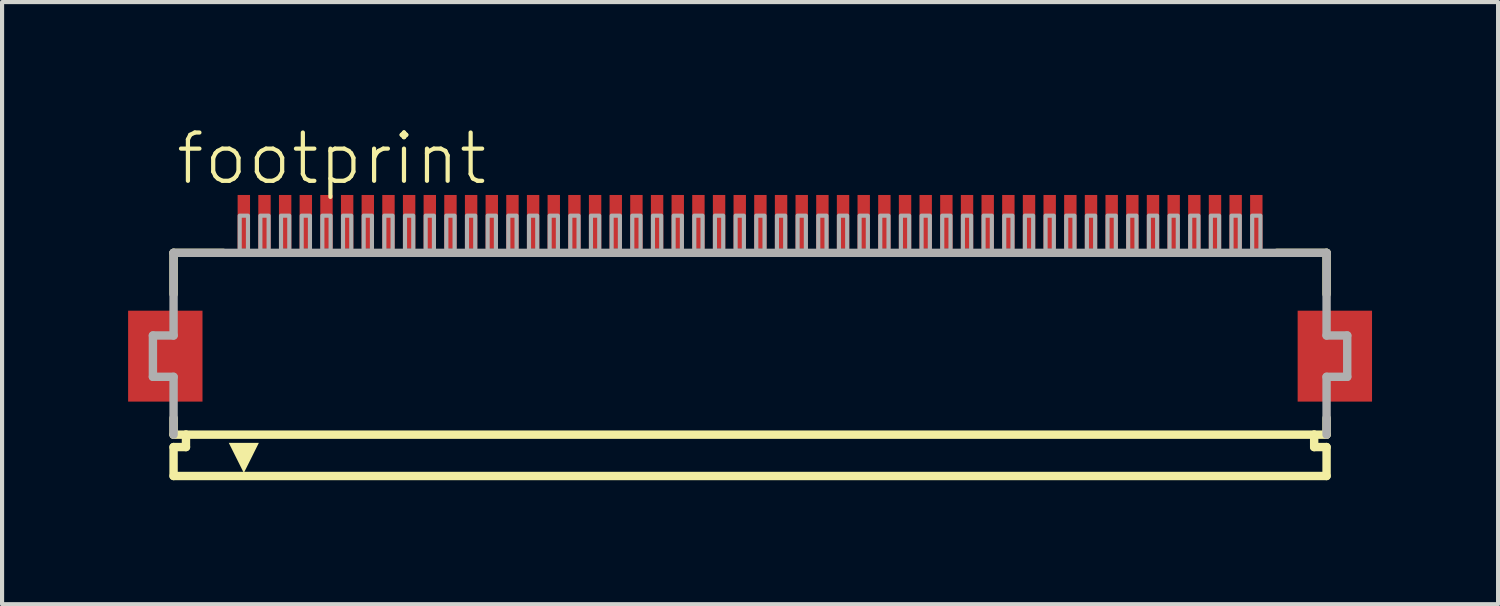
<source format=kicad_pcb>
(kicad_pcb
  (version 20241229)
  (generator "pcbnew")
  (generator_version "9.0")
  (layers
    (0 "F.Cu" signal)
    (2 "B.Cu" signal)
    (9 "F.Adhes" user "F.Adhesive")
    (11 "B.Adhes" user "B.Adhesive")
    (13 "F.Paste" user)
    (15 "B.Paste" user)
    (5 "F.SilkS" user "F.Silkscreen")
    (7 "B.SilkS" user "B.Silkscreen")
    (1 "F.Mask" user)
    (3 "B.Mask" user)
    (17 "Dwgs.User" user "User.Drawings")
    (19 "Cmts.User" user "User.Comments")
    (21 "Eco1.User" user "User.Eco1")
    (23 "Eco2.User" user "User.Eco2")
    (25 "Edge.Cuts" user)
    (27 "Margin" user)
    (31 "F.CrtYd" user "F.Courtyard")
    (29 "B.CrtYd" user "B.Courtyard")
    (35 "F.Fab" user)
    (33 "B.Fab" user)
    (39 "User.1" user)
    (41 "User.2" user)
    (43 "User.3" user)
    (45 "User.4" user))
  (footprint "footprint"
    (layer "F.Cu")
    (at 15.1 5.568)
    (property "Reference" "footprint" (at -13.948 -4.095 0) (layer "F.SilkS") (effects (font (size 1.168 1.168) (thickness 0.102)) (justify left bottom)))
    (fp_poly (pts (xy -13.25 -1.1) (xy -15.05 -1.1) (xy -15.05 1.1) (xy -13.25 1.1)) (stroke (width 0) (type solid)) (fill yes) (layer "F.Cu"))
    (fp_poly (pts (xy 15.05 -1.1) (xy 13.25 -1.1) (xy 13.25 1.1) (xy 15.05 1.1)) (stroke (width 0) (type solid)) (fill yes) (layer "F.Cu"))
    (fp_poly (pts (xy -13.2 -1.175) (xy -15.1 -1.175) (xy -15.1 1.175) (xy -13.2 1.175)) (stroke (width 0) (type solid)) (fill yes) (layer "F.Mask"))
    (fp_poly (pts (xy -12.45 -2.55) (xy -12.05 -2.55) (xy -12.05 -3.95) (xy -12.45 -3.95)) (stroke (width 0) (type solid)) (fill yes) (layer "F.Mask"))
    (fp_poly (pts (xy -11.95 -2.55) (xy -11.55 -2.55) (xy -11.55 -3.95) (xy -11.95 -3.95)) (stroke (width 0) (type solid)) (fill yes) (layer "F.Mask"))
    (fp_poly (pts (xy -11.45 -2.55) (xy -11.05 -2.55) (xy -11.05 -3.95) (xy -11.45 -3.95)) (stroke (width 0) (type solid)) (fill yes) (layer "F.Mask"))
    (fp_poly (pts (xy -10.95 -2.55) (xy -10.55 -2.55) (xy -10.55 -3.95) (xy -10.95 -3.95)) (stroke (width 0) (type solid)) (fill yes) (layer "F.Mask"))
    (fp_poly (pts (xy -10.45 -2.55) (xy -10.05 -2.55) (xy -10.05 -3.95) (xy -10.45 -3.95)) (stroke (width 0) (type solid)) (fill yes) (layer "F.Mask"))
    (fp_poly (pts (xy -9.95 -2.55) (xy -9.55 -2.55) (xy -9.55 -3.95) (xy -9.95 -3.95)) (stroke (width 0) (type solid)) (fill yes) (layer "F.Mask"))
    (fp_poly (pts (xy -9.45 -2.55) (xy -9.05 -2.55) (xy -9.05 -3.95) (xy -9.45 -3.95)) (stroke (width 0) (type solid)) (fill yes) (layer "F.Mask"))
    (fp_poly (pts (xy -8.95 -2.55) (xy -8.55 -2.55) (xy -8.55 -3.95) (xy -8.95 -3.95)) (stroke (width 0) (type solid)) (fill yes) (layer "F.Mask"))
    (fp_poly (pts (xy -8.45 -2.55) (xy -8.05 -2.55) (xy -8.05 -3.95) (xy -8.45 -3.95)) (stroke (width 0) (type solid)) (fill yes) (layer "F.Mask"))
    (fp_poly (pts (xy -7.95 -2.55) (xy -7.55 -2.55) (xy -7.55 -3.95) (xy -7.95 -3.95)) (stroke (width 0) (type solid)) (fill yes) (layer "F.Mask"))
    (fp_poly (pts (xy -7.45 -2.55) (xy -7.05 -2.55) (xy -7.05 -3.95) (xy -7.45 -3.95)) (stroke (width 0) (type solid)) (fill yes) (layer "F.Mask"))
    (fp_poly (pts (xy -6.95 -2.55) (xy -6.55 -2.55) (xy -6.55 -3.95) (xy -6.95 -3.95)) (stroke (width 0) (type solid)) (fill yes) (layer "F.Mask"))
    (fp_poly (pts (xy -6.45 -2.55) (xy -6.05 -2.55) (xy -6.05 -3.95) (xy -6.45 -3.95)) (stroke (width 0) (type solid)) (fill yes) (layer "F.Mask"))
    (fp_poly (pts (xy -5.95 -2.55) (xy -5.55 -2.55) (xy -5.55 -3.95) (xy -5.95 -3.95)) (stroke (width 0) (type solid)) (fill yes) (layer "F.Mask"))
    (fp_poly (pts (xy -5.45 -2.55) (xy -5.05 -2.55) (xy -5.05 -3.95) (xy -5.45 -3.95)) (stroke (width 0) (type solid)) (fill yes) (layer "F.Mask"))
    (fp_poly (pts (xy -4.95 -2.55) (xy -4.55 -2.55) (xy -4.55 -3.95) (xy -4.95 -3.95)) (stroke (width 0) (type solid)) (fill yes) (layer "F.Mask"))
    (fp_poly (pts (xy -4.45 -2.55) (xy -4.05 -2.55) (xy -4.05 -3.95) (xy -4.45 -3.95)) (stroke (width 0) (type solid)) (fill yes) (layer "F.Mask"))
    (fp_poly (pts (xy -3.95 -2.55) (xy -3.55 -2.55) (xy -3.55 -3.95) (xy -3.95 -3.95)) (stroke (width 0) (type solid)) (fill yes) (layer "F.Mask"))
    (fp_poly (pts (xy -3.45 -2.55) (xy -3.05 -2.55) (xy -3.05 -3.95) (xy -3.45 -3.95)) (stroke (width 0) (type solid)) (fill yes) (layer "F.Mask"))
    (fp_poly (pts (xy -2.95 -2.55) (xy -2.55 -2.55) (xy -2.55 -3.95) (xy -2.95 -3.95)) (stroke (width 0) (type solid)) (fill yes) (layer "F.Mask"))
    (fp_poly (pts (xy -2.45 -2.55) (xy -2.05 -2.55) (xy -2.05 -3.95) (xy -2.45 -3.95)) (stroke (width 0) (type solid)) (fill yes) (layer "F.Mask"))
    (fp_poly (pts (xy -1.95 -2.55) (xy -1.55 -2.55) (xy -1.55 -3.95) (xy -1.95 -3.95)) (stroke (width 0) (type solid)) (fill yes) (layer "F.Mask"))
    (fp_poly (pts (xy -1.45 -2.55) (xy -1.05 -2.55) (xy -1.05 -3.95) (xy -1.45 -3.95)) (stroke (width 0) (type solid)) (fill yes) (layer "F.Mask"))
    (fp_poly (pts (xy -0.95 -2.55) (xy -0.55 -2.55) (xy -0.55 -3.95) (xy -0.95 -3.95)) (stroke (width 0) (type solid)) (fill yes) (layer "F.Mask"))
    (fp_poly (pts (xy -0.45 -2.55) (xy -0.05 -2.55) (xy -0.05 -3.95) (xy -0.45 -3.95)) (stroke (width 0) (type solid)) (fill yes) (layer "F.Mask"))
    (fp_poly (pts (xy 0.05 -2.55) (xy 0.45 -2.55) (xy 0.45 -3.95) (xy 0.05 -3.95)) (stroke (width 0) (type solid)) (fill yes) (layer "F.Mask"))
    (fp_poly (pts (xy 0.55 -2.55) (xy 0.95 -2.55) (xy 0.95 -3.95) (xy 0.55 -3.95)) (stroke (width 0) (type solid)) (fill yes) (layer "F.Mask"))
    (fp_poly (pts (xy 1.05 -2.55) (xy 1.45 -2.55) (xy 1.45 -3.95) (xy 1.05 -3.95)) (stroke (width 0) (type solid)) (fill yes) (layer "F.Mask"))
    (fp_poly (pts (xy 1.55 -2.55) (xy 1.95 -2.55) (xy 1.95 -3.95) (xy 1.55 -3.95)) (stroke (width 0) (type solid)) (fill yes) (layer "F.Mask"))
    (fp_poly (pts (xy 2.05 -2.55) (xy 2.45 -2.55) (xy 2.45 -3.95) (xy 2.05 -3.95)) (stroke (width 0) (type solid)) (fill yes) (layer "F.Mask"))
    (fp_poly (pts (xy 2.55 -2.55) (xy 2.95 -2.55) (xy 2.95 -3.95) (xy 2.55 -3.95)) (stroke (width 0) (type solid)) (fill yes) (layer "F.Mask"))
    (fp_poly (pts (xy 3.05 -2.55) (xy 3.45 -2.55) (xy 3.45 -3.95) (xy 3.05 -3.95)) (stroke (width 0) (type solid)) (fill yes) (layer "F.Mask"))
    (fp_poly (pts (xy 3.55 -2.55) (xy 3.95 -2.55) (xy 3.95 -3.95) (xy 3.55 -3.95)) (stroke (width 0) (type solid)) (fill yes) (layer "F.Mask"))
    (fp_poly (pts (xy 4.05 -2.55) (xy 4.45 -2.55) (xy 4.45 -3.95) (xy 4.05 -3.95)) (stroke (width 0) (type solid)) (fill yes) (layer "F.Mask"))
    (fp_poly (pts (xy 4.55 -2.55) (xy 4.95 -2.55) (xy 4.95 -3.95) (xy 4.55 -3.95)) (stroke (width 0) (type solid)) (fill yes) (layer "F.Mask"))
    (fp_poly (pts (xy 5.05 -2.55) (xy 5.45 -2.55) (xy 5.45 -3.95) (xy 5.05 -3.95)) (stroke (width 0) (type solid)) (fill yes) (layer "F.Mask"))
    (fp_poly (pts (xy 5.55 -2.55) (xy 5.95 -2.55) (xy 5.95 -3.95) (xy 5.55 -3.95)) (stroke (width 0) (type solid)) (fill yes) (layer "F.Mask"))
    (fp_poly (pts (xy 6.05 -2.55) (xy 6.45 -2.55) (xy 6.45 -3.95) (xy 6.05 -3.95)) (stroke (width 0) (type solid)) (fill yes) (layer "F.Mask"))
    (fp_poly (pts (xy 6.55 -2.55) (xy 6.95 -2.55) (xy 6.95 -3.95) (xy 6.55 -3.95)) (stroke (width 0) (type solid)) (fill yes) (layer "F.Mask"))
    (fp_poly (pts (xy 7.05 -2.55) (xy 7.45 -2.55) (xy 7.45 -3.95) (xy 7.05 -3.95)) (stroke (width 0) (type solid)) (fill yes) (layer "F.Mask"))
    (fp_poly (pts (xy 7.55 -2.55) (xy 7.95 -2.55) (xy 7.95 -3.95) (xy 7.55 -3.95)) (stroke (width 0) (type solid)) (fill yes) (layer "F.Mask"))
    (fp_poly (pts (xy 8.05 -2.55) (xy 8.45 -2.55) (xy 8.45 -3.95) (xy 8.05 -3.95)) (stroke (width 0) (type solid)) (fill yes) (layer "F.Mask"))
    (fp_poly (pts (xy 8.55 -2.55) (xy 8.95 -2.55) (xy 8.95 -3.95) (xy 8.55 -3.95)) (stroke (width 0) (type solid)) (fill yes) (layer "F.Mask"))
    (fp_poly (pts (xy 9.05 -2.55) (xy 9.45 -2.55) (xy 9.45 -3.95) (xy 9.05 -3.95)) (stroke (width 0) (type solid)) (fill yes) (layer "F.Mask"))
    (fp_poly (pts (xy 9.55 -2.55) (xy 9.95 -2.55) (xy 9.95 -3.95) (xy 9.55 -3.95)) (stroke (width 0) (type solid)) (fill yes) (layer "F.Mask"))
    (fp_poly (pts (xy 10.05 -2.55) (xy 10.45 -2.55) (xy 10.45 -3.95) (xy 10.05 -3.95)) (stroke (width 0) (type solid)) (fill yes) (layer "F.Mask"))
    (fp_poly (pts (xy 10.55 -2.55) (xy 10.95 -2.55) (xy 10.95 -3.95) (xy 10.55 -3.95)) (stroke (width 0) (type solid)) (fill yes) (layer "F.Mask"))
    (fp_poly (pts (xy 11.05 -2.55) (xy 11.45 -2.55) (xy 11.45 -3.95) (xy 11.05 -3.95)) (stroke (width 0) (type solid)) (fill yes) (layer "F.Mask"))
    (fp_poly (pts (xy 11.55 -2.55) (xy 11.95 -2.55) (xy 11.95 -3.95) (xy 11.55 -3.95)) (stroke (width 0) (type solid)) (fill yes) (layer "F.Mask"))
    (fp_poly (pts (xy 12.05 -2.55) (xy 12.45 -2.55) (xy 12.45 -3.95) (xy 12.05 -3.95)) (stroke (width 0) (type solid)) (fill yes) (layer "F.Mask"))
    (fp_poly (pts (xy 15.1 -1.175) (xy 13.2 -1.175) (xy 13.2 1.175) (xy 15.1 1.175)) (stroke (width 0) (type solid)) (fill yes) (layer "F.Mask"))
    (fp_line (start -13.95 -2.5) (end -13.95 -1.5) (stroke (width 0.203) (type solid)) (layer "F.SilkS"))
    (fp_line (start -13.95 1.5) (end -13.95 1.9) (stroke (width 0.203) (type solid)) (layer "F.SilkS"))
    (fp_line (start -13.95 1.9) (end -13.65 1.9) (stroke (width 0.203) (type solid)) (layer "F.SilkS"))
    (fp_line (start -13.95 2.2) (end -13.95 2.9) (stroke (width 0.203) (type solid)) (layer "F.SilkS"))
    (fp_line (start -13.65 1.9) (end -13.65 2.2) (stroke (width 0.203) (type solid)) (layer "F.SilkS"))
    (fp_line (start -13.65 2.2) (end -13.95 2.2) (stroke (width 0.203) (type solid)) (layer "F.SilkS"))
    (fp_line (start -12.75 -2.5) (end -13.95 -2.5) (stroke (width 0.203) (type solid)) (layer "F.SilkS"))
    (fp_line (start 13.65 1.9) (end -13.65 1.9) (stroke (width 0.203) (type solid)) (layer "F.SilkS"))
    (fp_line (start 13.65 1.9) (end 13.95 1.9) (stroke (width 0.203) (type solid)) (layer "F.SilkS"))
    (fp_line (start 13.65 2.2) (end 13.65 1.9) (stroke (width 0.203) (type solid)) (layer "F.SilkS"))
    (fp_line (start 13.95 -2.5) (end 12.75 -2.5) (stroke (width 0.203) (type solid)) (layer "F.SilkS"))
    (fp_line (start 13.95 -1.5) (end 13.95 -2.5) (stroke (width 0.203) (type solid)) (layer "F.SilkS"))
    (fp_line (start 13.95 1.9) (end 13.95 1.5) (stroke (width 0.203) (type solid)) (layer "F.SilkS"))
    (fp_line (start 13.95 2.2) (end 13.65 2.2) (stroke (width 0.203) (type solid)) (layer "F.SilkS"))
    (fp_line (start 13.95 2.9) (end -13.95 2.9) (stroke (width 0.203) (type solid)) (layer "F.SilkS"))
    (fp_line (start 13.95 2.9) (end 13.95 2.2) (stroke (width 0.203) (type solid)) (layer "F.SilkS"))
    (fp_poly (pts (xy -12.25 2.827) (xy -12.614 2.098) (xy -11.886 2.098)) (stroke (width 0) (type solid)) (fill yes) (layer "F.SilkS"))
    (fp_poly (pts (xy -13.325 -1.025) (xy -14.975 -1.025) (xy -14.975 1.025) (xy -13.325 1.025)) (stroke (width 0) (type solid)) (fill yes) (layer "F.Paste"))
    (fp_poly (pts (xy -12.375 -2.625) (xy -12.125 -2.625) (xy -12.125 -3.875) (xy -12.375 -3.875)) (stroke (width 0) (type solid)) (fill yes) (layer "F.Paste"))
    (fp_poly (pts (xy -11.875 -2.625) (xy -11.625 -2.625) (xy -11.625 -3.875) (xy -11.875 -3.875)) (stroke (width 0) (type solid)) (fill yes) (layer "F.Paste"))
    (fp_poly (pts (xy -11.375 -2.625) (xy -11.125 -2.625) (xy -11.125 -3.875) (xy -11.375 -3.875)) (stroke (width 0) (type solid)) (fill yes) (layer "F.Paste"))
    (fp_poly (pts (xy -10.875 -2.625) (xy -10.625 -2.625) (xy -10.625 -3.875) (xy -10.875 -3.875)) (stroke (width 0) (type solid)) (fill yes) (layer "F.Paste"))
    (fp_poly (pts (xy -10.375 -2.625) (xy -10.125 -2.625) (xy -10.125 -3.875) (xy -10.375 -3.875)) (stroke (width 0) (type solid)) (fill yes) (layer "F.Paste"))
    (fp_poly (pts (xy -9.875 -2.625) (xy -9.625 -2.625) (xy -9.625 -3.875) (xy -9.875 -3.875)) (stroke (width 0) (type solid)) (fill yes) (layer "F.Paste"))
    (fp_poly (pts (xy -9.375 -2.625) (xy -9.125 -2.625) (xy -9.125 -3.875) (xy -9.375 -3.875)) (stroke (width 0) (type solid)) (fill yes) (layer "F.Paste"))
    (fp_poly (pts (xy -8.875 -2.625) (xy -8.625 -2.625) (xy -8.625 -3.875) (xy -8.875 -3.875)) (stroke (width 0) (type solid)) (fill yes) (layer "F.Paste"))
    (fp_poly (pts (xy -8.375 -2.625) (xy -8.125 -2.625) (xy -8.125 -3.875) (xy -8.375 -3.875)) (stroke (width 0) (type solid)) (fill yes) (layer "F.Paste"))
    (fp_poly (pts (xy -7.875 -2.625) (xy -7.625 -2.625) (xy -7.625 -3.875) (xy -7.875 -3.875)) (stroke (width 0) (type solid)) (fill yes) (layer "F.Paste"))
    (fp_poly (pts (xy -7.375 -2.625) (xy -7.125 -2.625) (xy -7.125 -3.875) (xy -7.375 -3.875)) (stroke (width 0) (type solid)) (fill yes) (layer "F.Paste"))
    (fp_poly (pts (xy -6.875 -2.625) (xy -6.625 -2.625) (xy -6.625 -3.875) (xy -6.875 -3.875)) (stroke (width 0) (type solid)) (fill yes) (layer "F.Paste"))
    (fp_poly (pts (xy -6.375 -2.625) (xy -6.125 -2.625) (xy -6.125 -3.875) (xy -6.375 -3.875)) (stroke (width 0) (type solid)) (fill yes) (layer "F.Paste"))
    (fp_poly (pts (xy -5.875 -2.625) (xy -5.625 -2.625) (xy -5.625 -3.875) (xy -5.875 -3.875)) (stroke (width 0) (type solid)) (fill yes) (layer "F.Paste"))
    (fp_poly (pts (xy -5.375 -2.625) (xy -5.125 -2.625) (xy -5.125 -3.875) (xy -5.375 -3.875)) (stroke (width 0) (type solid)) (fill yes) (layer "F.Paste"))
    (fp_poly (pts (xy -4.875 -2.625) (xy -4.625 -2.625) (xy -4.625 -3.875) (xy -4.875 -3.875)) (stroke (width 0) (type solid)) (fill yes) (layer "F.Paste"))
    (fp_poly (pts (xy -4.375 -2.625) (xy -4.125 -2.625) (xy -4.125 -3.875) (xy -4.375 -3.875)) (stroke (width 0) (type solid)) (fill yes) (layer "F.Paste"))
    (fp_poly (pts (xy -3.875 -2.625) (xy -3.625 -2.625) (xy -3.625 -3.875) (xy -3.875 -3.875)) (stroke (width 0) (type solid)) (fill yes) (layer "F.Paste"))
    (fp_poly (pts (xy -3.375 -2.625) (xy -3.125 -2.625) (xy -3.125 -3.875) (xy -3.375 -3.875)) (stroke (width 0) (type solid)) (fill yes) (layer "F.Paste"))
    (fp_poly (pts (xy -2.875 -2.625) (xy -2.625 -2.625) (xy -2.625 -3.875) (xy -2.875 -3.875)) (stroke (width 0) (type solid)) (fill yes) (layer "F.Paste"))
    (fp_poly (pts (xy -2.375 -2.625) (xy -2.125 -2.625) (xy -2.125 -3.875) (xy -2.375 -3.875)) (stroke (width 0) (type solid)) (fill yes) (layer "F.Paste"))
    (fp_poly (pts (xy -1.875 -2.625) (xy -1.625 -2.625) (xy -1.625 -3.875) (xy -1.875 -3.875)) (stroke (width 0) (type solid)) (fill yes) (layer "F.Paste"))
    (fp_poly (pts (xy -1.375 -2.625) (xy -1.125 -2.625) (xy -1.125 -3.875) (xy -1.375 -3.875)) (stroke (width 0) (type solid)) (fill yes) (layer "F.Paste"))
    (fp_poly (pts (xy -0.875 -2.625) (xy -0.625 -2.625) (xy -0.625 -3.875) (xy -0.875 -3.875)) (stroke (width 0) (type solid)) (fill yes) (layer "F.Paste"))
    (fp_poly (pts (xy -0.375 -2.625) (xy -0.125 -2.625) (xy -0.125 -3.875) (xy -0.375 -3.875)) (stroke (width 0) (type solid)) (fill yes) (layer "F.Paste"))
    (fp_poly (pts (xy 0.125 -2.625) (xy 0.375 -2.625) (xy 0.375 -3.875) (xy 0.125 -3.875)) (stroke (width 0) (type solid)) (fill yes) (layer "F.Paste"))
    (fp_poly (pts (xy 0.625 -2.625) (xy 0.875 -2.625) (xy 0.875 -3.875) (xy 0.625 -3.875)) (stroke (width 0) (type solid)) (fill yes) (layer "F.Paste"))
    (fp_poly (pts (xy 1.125 -2.625) (xy 1.375 -2.625) (xy 1.375 -3.875) (xy 1.125 -3.875)) (stroke (width 0) (type solid)) (fill yes) (layer "F.Paste"))
    (fp_poly (pts (xy 1.625 -2.625) (xy 1.875 -2.625) (xy 1.875 -3.875) (xy 1.625 -3.875)) (stroke (width 0) (type solid)) (fill yes) (layer "F.Paste"))
    (fp_poly (pts (xy 2.125 -2.625) (xy 2.375 -2.625) (xy 2.375 -3.875) (xy 2.125 -3.875)) (stroke (width 0) (type solid)) (fill yes) (layer "F.Paste"))
    (fp_poly (pts (xy 2.625 -2.625) (xy 2.875 -2.625) (xy 2.875 -3.875) (xy 2.625 -3.875)) (stroke (width 0) (type solid)) (fill yes) (layer "F.Paste"))
    (fp_poly (pts (xy 3.125 -2.625) (xy 3.375 -2.625) (xy 3.375 -3.875) (xy 3.125 -3.875)) (stroke (width 0) (type solid)) (fill yes) (layer "F.Paste"))
    (fp_poly (pts (xy 3.625 -2.625) (xy 3.875 -2.625) (xy 3.875 -3.875) (xy 3.625 -3.875)) (stroke (width 0) (type solid)) (fill yes) (layer "F.Paste"))
    (fp_poly (pts (xy 4.125 -2.625) (xy 4.375 -2.625) (xy 4.375 -3.875) (xy 4.125 -3.875)) (stroke (width 0) (type solid)) (fill yes) (layer "F.Paste"))
    (fp_poly (pts (xy 4.625 -2.625) (xy 4.875 -2.625) (xy 4.875 -3.875) (xy 4.625 -3.875)) (stroke (width 0) (type solid)) (fill yes) (layer "F.Paste"))
    (fp_poly (pts (xy 5.125 -2.625) (xy 5.375 -2.625) (xy 5.375 -3.875) (xy 5.125 -3.875)) (stroke (width 0) (type solid)) (fill yes) (layer "F.Paste"))
    (fp_poly (pts (xy 5.625 -2.625) (xy 5.875 -2.625) (xy 5.875 -3.875) (xy 5.625 -3.875)) (stroke (width 0) (type solid)) (fill yes) (layer "F.Paste"))
    (fp_poly (pts (xy 6.125 -2.625) (xy 6.375 -2.625) (xy 6.375 -3.875) (xy 6.125 -3.875)) (stroke (width 0) (type solid)) (fill yes) (layer "F.Paste"))
    (fp_poly (pts (xy 6.625 -2.625) (xy 6.875 -2.625) (xy 6.875 -3.875) (xy 6.625 -3.875)) (stroke (width 0) (type solid)) (fill yes) (layer "F.Paste"))
    (fp_poly (pts (xy 7.125 -2.625) (xy 7.375 -2.625) (xy 7.375 -3.875) (xy 7.125 -3.875)) (stroke (width 0) (type solid)) (fill yes) (layer "F.Paste"))
    (fp_poly (pts (xy 7.625 -2.625) (xy 7.875 -2.625) (xy 7.875 -3.875) (xy 7.625 -3.875)) (stroke (width 0) (type solid)) (fill yes) (layer "F.Paste"))
    (fp_poly (pts (xy 8.125 -2.625) (xy 8.375 -2.625) (xy 8.375 -3.875) (xy 8.125 -3.875)) (stroke (width 0) (type solid)) (fill yes) (layer "F.Paste"))
    (fp_poly (pts (xy 8.625 -2.625) (xy 8.875 -2.625) (xy 8.875 -3.875) (xy 8.625 -3.875)) (stroke (width 0) (type solid)) (fill yes) (layer "F.Paste"))
    (fp_poly (pts (xy 9.125 -2.625) (xy 9.375 -2.625) (xy 9.375 -3.875) (xy 9.125 -3.875)) (stroke (width 0) (type solid)) (fill yes) (layer "F.Paste"))
    (fp_poly (pts (xy 9.625 -2.625) (xy 9.875 -2.625) (xy 9.875 -3.875) (xy 9.625 -3.875)) (stroke (width 0) (type solid)) (fill yes) (layer "F.Paste"))
    (fp_poly (pts (xy 10.125 -2.625) (xy 10.375 -2.625) (xy 10.375 -3.875) (xy 10.125 -3.875)) (stroke (width 0) (type solid)) (fill yes) (layer "F.Paste"))
    (fp_poly (pts (xy 10.625 -2.625) (xy 10.875 -2.625) (xy 10.875 -3.875) (xy 10.625 -3.875)) (stroke (width 0) (type solid)) (fill yes) (layer "F.Paste"))
    (fp_poly (pts (xy 11.125 -2.625) (xy 11.375 -2.625) (xy 11.375 -3.875) (xy 11.125 -3.875)) (stroke (width 0) (type solid)) (fill yes) (layer "F.Paste"))
    (fp_poly (pts (xy 11.625 -2.625) (xy 11.875 -2.625) (xy 11.875 -3.875) (xy 11.625 -3.875)) (stroke (width 0) (type solid)) (fill yes) (layer "F.Paste"))
    (fp_poly (pts (xy 12.125 -2.625) (xy 12.375 -2.625) (xy 12.375 -3.875) (xy 12.125 -3.875)) (stroke (width 0) (type solid)) (fill yes) (layer "F.Paste"))
    (fp_poly (pts (xy 14.975 -1.025) (xy 13.325 -1.025) (xy 13.325 1.025) (xy 14.975 1.025)) (stroke (width 0) (type solid)) (fill yes) (layer "F.Paste"))
    (fp_line (start -14.45 -0.5) (end -14.45 0.5) (stroke (width 0.203) (type solid)) (layer "F.Fab"))
    (fp_line (start -14.45 0.5) (end -13.95 0.5) (stroke (width 0.203) (type solid)) (layer "F.Fab"))
    (fp_line (start -13.95 -2.5) (end -13.95 -0.5) (stroke (width 0.203) (type solid)) (layer "F.Fab"))
    (fp_line (start -13.95 -0.5) (end -14.45 -0.5) (stroke (width 0.203) (type solid)) (layer "F.Fab"))
    (fp_line (start -13.95 0.5) (end -13.95 1.9) (stroke (width 0.203) (type solid)) (layer "F.Fab"))
    (fp_line (start 13.95 -2.5) (end -13.95 -2.5) (stroke (width 0.203) (type solid)) (layer "F.Fab"))
    (fp_line (start 13.95 -0.5) (end 13.95 -2.5) (stroke (width 0.203) (type solid)) (layer "F.Fab"))
    (fp_line (start 13.95 0.5) (end 14.45 0.5) (stroke (width 0.203) (type solid)) (layer "F.Fab"))
    (fp_line (start 13.95 1.9) (end 13.95 0.5) (stroke (width 0.203) (type solid)) (layer "F.Fab"))
    (fp_line (start 14.45 -0.5) (end 13.95 -0.5) (stroke (width 0.203) (type solid)) (layer "F.Fab"))
    (fp_line (start 14.45 0.5) (end 14.45 -0.5) (stroke (width 0.203) (type solid)) (layer "F.Fab"))
    (fp_poly (pts (xy -12.35 -2.55) (xy -12.15 -2.55) (xy -12.15 -3.4) (xy -12.35 -3.4)) (stroke (width 0.1) (type solid)) (fill no) (layer "F.Fab"))
    (fp_poly (pts (xy -11.85 -2.55) (xy -11.65 -2.55) (xy -11.65 -3.4) (xy -11.85 -3.4)) (stroke (width 0.1) (type solid)) (fill no) (layer "F.Fab"))
    (fp_poly (pts (xy -11.35 -2.55) (xy -11.15 -2.55) (xy -11.15 -3.4) (xy -11.35 -3.4)) (stroke (width 0.1) (type solid)) (fill no) (layer "F.Fab"))
    (fp_poly (pts (xy -10.85 -2.55) (xy -10.65 -2.55) (xy -10.65 -3.4) (xy -10.85 -3.4)) (stroke (width 0.1) (type solid)) (fill no) (layer "F.Fab"))
    (fp_poly (pts (xy -10.35 -2.55) (xy -10.15 -2.55) (xy -10.15 -3.4) (xy -10.35 -3.4)) (stroke (width 0.1) (type solid)) (fill no) (layer "F.Fab"))
    (fp_poly (pts (xy -9.85 -2.55) (xy -9.65 -2.55) (xy -9.65 -3.4) (xy -9.85 -3.4)) (stroke (width 0.1) (type solid)) (fill no) (layer "F.Fab"))
    (fp_poly (pts (xy -9.35 -2.55) (xy -9.15 -2.55) (xy -9.15 -3.4) (xy -9.35 -3.4)) (stroke (width 0.1) (type solid)) (fill no) (layer "F.Fab"))
    (fp_poly (pts (xy -8.85 -2.55) (xy -8.65 -2.55) (xy -8.65 -3.4) (xy -8.85 -3.4)) (stroke (width 0.1) (type solid)) (fill no) (layer "F.Fab"))
    (fp_poly (pts (xy -8.35 -2.55) (xy -8.15 -2.55) (xy -8.15 -3.4) (xy -8.35 -3.4)) (stroke (width 0.1) (type solid)) (fill no) (layer "F.Fab"))
    (fp_poly (pts (xy -7.85 -2.55) (xy -7.65 -2.55) (xy -7.65 -3.4) (xy -7.85 -3.4)) (stroke (width 0.1) (type solid)) (fill no) (layer "F.Fab"))
    (fp_poly (pts (xy -7.35 -2.55) (xy -7.15 -2.55) (xy -7.15 -3.4) (xy -7.35 -3.4)) (stroke (width 0.1) (type solid)) (fill no) (layer "F.Fab"))
    (fp_poly (pts (xy -6.85 -2.55) (xy -6.65 -2.55) (xy -6.65 -3.4) (xy -6.85 -3.4)) (stroke (width 0.1) (type solid)) (fill no) (layer "F.Fab"))
    (fp_poly (pts (xy -6.35 -2.55) (xy -6.15 -2.55) (xy -6.15 -3.4) (xy -6.35 -3.4)) (stroke (width 0.1) (type solid)) (fill no) (layer "F.Fab"))
    (fp_poly (pts (xy -5.85 -2.55) (xy -5.65 -2.55) (xy -5.65 -3.4) (xy -5.85 -3.4)) (stroke (width 0.1) (type solid)) (fill no) (layer "F.Fab"))
    (fp_poly (pts (xy -5.35 -2.55) (xy -5.15 -2.55) (xy -5.15 -3.4) (xy -5.35 -3.4)) (stroke (width 0.1) (type solid)) (fill no) (layer "F.Fab"))
    (fp_poly (pts (xy -4.85 -2.55) (xy -4.65 -2.55) (xy -4.65 -3.4) (xy -4.85 -3.4)) (stroke (width 0.1) (type solid)) (fill no) (layer "F.Fab"))
    (fp_poly (pts (xy -4.35 -2.55) (xy -4.15 -2.55) (xy -4.15 -3.4) (xy -4.35 -3.4)) (stroke (width 0.1) (type solid)) (fill no) (layer "F.Fab"))
    (fp_poly (pts (xy -3.85 -2.55) (xy -3.65 -2.55) (xy -3.65 -3.4) (xy -3.85 -3.4)) (stroke (width 0.1) (type solid)) (fill no) (layer "F.Fab"))
    (fp_poly (pts (xy -3.35 -2.55) (xy -3.15 -2.55) (xy -3.15 -3.4) (xy -3.35 -3.4)) (stroke (width 0.1) (type solid)) (fill no) (layer "F.Fab"))
    (fp_poly (pts (xy -2.85 -2.55) (xy -2.65 -2.55) (xy -2.65 -3.4) (xy -2.85 -3.4)) (stroke (width 0.1) (type solid)) (fill no) (layer "F.Fab"))
    (fp_poly (pts (xy -2.35 -2.55) (xy -2.15 -2.55) (xy -2.15 -3.4) (xy -2.35 -3.4)) (stroke (width 0.1) (type solid)) (fill no) (layer "F.Fab"))
    (fp_poly (pts (xy -1.85 -2.55) (xy -1.65 -2.55) (xy -1.65 -3.4) (xy -1.85 -3.4)) (stroke (width 0.1) (type solid)) (fill no) (layer "F.Fab"))
    (fp_poly (pts (xy -1.35 -2.55) (xy -1.15 -2.55) (xy -1.15 -3.4) (xy -1.35 -3.4)) (stroke (width 0.1) (type solid)) (fill no) (layer "F.Fab"))
    (fp_poly (pts (xy -0.85 -2.55) (xy -0.65 -2.55) (xy -0.65 -3.4) (xy -0.85 -3.4)) (stroke (width 0.1) (type solid)) (fill no) (layer "F.Fab"))
    (fp_poly (pts (xy -0.35 -2.55) (xy -0.15 -2.55) (xy -0.15 -3.4) (xy -0.35 -3.4)) (stroke (width 0.1) (type solid)) (fill no) (layer "F.Fab"))
    (fp_poly (pts (xy 0.15 -2.55) (xy 0.35 -2.55) (xy 0.35 -3.4) (xy 0.15 -3.4)) (stroke (width 0.1) (type solid)) (fill no) (layer "F.Fab"))
    (fp_poly (pts (xy 0.65 -2.55) (xy 0.85 -2.55) (xy 0.85 -3.4) (xy 0.65 -3.4)) (stroke (width 0.1) (type solid)) (fill no) (layer "F.Fab"))
    (fp_poly (pts (xy 1.15 -2.55) (xy 1.35 -2.55) (xy 1.35 -3.4) (xy 1.15 -3.4)) (stroke (width 0.1) (type solid)) (fill no) (layer "F.Fab"))
    (fp_poly (pts (xy 1.65 -2.55) (xy 1.85 -2.55) (xy 1.85 -3.4) (xy 1.65 -3.4)) (stroke (width 0.1) (type solid)) (fill no) (layer "F.Fab"))
    (fp_poly (pts (xy 2.15 -2.55) (xy 2.35 -2.55) (xy 2.35 -3.4) (xy 2.15 -3.4)) (stroke (width 0.1) (type solid)) (fill no) (layer "F.Fab"))
    (fp_poly (pts (xy 2.65 -2.55) (xy 2.85 -2.55) (xy 2.85 -3.4) (xy 2.65 -3.4)) (stroke (width 0.1) (type solid)) (fill no) (layer "F.Fab"))
    (fp_poly (pts (xy 3.15 -2.55) (xy 3.35 -2.55) (xy 3.35 -3.4) (xy 3.15 -3.4)) (stroke (width 0.1) (type solid)) (fill no) (layer "F.Fab"))
    (fp_poly (pts (xy 3.65 -2.55) (xy 3.85 -2.55) (xy 3.85 -3.4) (xy 3.65 -3.4)) (stroke (width 0.1) (type solid)) (fill no) (layer "F.Fab"))
    (fp_poly (pts (xy 4.15 -2.55) (xy 4.35 -2.55) (xy 4.35 -3.4) (xy 4.15 -3.4)) (stroke (width 0.1) (type solid)) (fill no) (layer "F.Fab"))
    (fp_poly (pts (xy 4.65 -2.55) (xy 4.85 -2.55) (xy 4.85 -3.4) (xy 4.65 -3.4)) (stroke (width 0.1) (type solid)) (fill no) (layer "F.Fab"))
    (fp_poly (pts (xy 5.15 -2.55) (xy 5.35 -2.55) (xy 5.35 -3.4) (xy 5.15 -3.4)) (stroke (width 0.1) (type solid)) (fill no) (layer "F.Fab"))
    (fp_poly (pts (xy 5.65 -2.55) (xy 5.85 -2.55) (xy 5.85 -3.4) (xy 5.65 -3.4)) (stroke (width 0.1) (type solid)) (fill no) (layer "F.Fab"))
    (fp_poly (pts (xy 6.15 -2.55) (xy 6.35 -2.55) (xy 6.35 -3.4) (xy 6.15 -3.4)) (stroke (width 0.1) (type solid)) (fill no) (layer "F.Fab"))
    (fp_poly (pts (xy 6.65 -2.55) (xy 6.85 -2.55) (xy 6.85 -3.4) (xy 6.65 -3.4)) (stroke (width 0.1) (type solid)) (fill no) (layer "F.Fab"))
    (fp_poly (pts (xy 7.15 -2.55) (xy 7.35 -2.55) (xy 7.35 -3.4) (xy 7.15 -3.4)) (stroke (width 0.1) (type solid)) (fill no) (layer "F.Fab"))
    (fp_poly (pts (xy 7.65 -2.55) (xy 7.85 -2.55) (xy 7.85 -3.4) (xy 7.65 -3.4)) (stroke (width 0.1) (type solid)) (fill no) (layer "F.Fab"))
    (fp_poly (pts (xy 8.15 -2.55) (xy 8.35 -2.55) (xy 8.35 -3.4) (xy 8.15 -3.4)) (stroke (width 0.1) (type solid)) (fill no) (layer "F.Fab"))
    (fp_poly (pts (xy 8.65 -2.55) (xy 8.85 -2.55) (xy 8.85 -3.4) (xy 8.65 -3.4)) (stroke (width 0.1) (type solid)) (fill no) (layer "F.Fab"))
    (fp_poly (pts (xy 9.15 -2.55) (xy 9.35 -2.55) (xy 9.35 -3.4) (xy 9.15 -3.4)) (stroke (width 0.1) (type solid)) (fill no) (layer "F.Fab"))
    (fp_poly (pts (xy 9.65 -2.55) (xy 9.85 -2.55) (xy 9.85 -3.4) (xy 9.65 -3.4)) (stroke (width 0.1) (type solid)) (fill no) (layer "F.Fab"))
    (fp_poly (pts (xy 10.15 -2.55) (xy 10.35 -2.55) (xy 10.35 -3.4) (xy 10.15 -3.4)) (stroke (width 0.1) (type solid)) (fill no) (layer "F.Fab"))
    (fp_poly (pts (xy 10.65 -2.55) (xy 10.85 -2.55) (xy 10.85 -3.4) (xy 10.65 -3.4)) (stroke (width 0.1) (type solid)) (fill no) (layer "F.Fab"))
    (fp_poly (pts (xy 11.15 -2.55) (xy 11.35 -2.55) (xy 11.35 -3.4) (xy 11.15 -3.4)) (stroke (width 0.1) (type solid)) (fill no) (layer "F.Fab"))
    (fp_poly (pts (xy 11.65 -2.55) (xy 11.85 -2.55) (xy 11.85 -3.4) (xy 11.65 -3.4)) (stroke (width 0.1) (type solid)) (fill no) (layer "F.Fab"))
    (fp_poly (pts (xy 12.15 -2.55) (xy 12.35 -2.55) (xy 12.35 -3.4) (xy 12.15 -3.4)) (stroke (width 0.1) (type solid)) (fill no) (layer "F.Fab"))
    (pad "1" smd rect (at -12.25 -3.25) (size 0.3 1.3) (layers "F.Cu"))
    (pad "2" smd rect (at -11.75 -3.25) (size 0.3 1.3) (layers "F.Cu"))
    (pad "3" smd rect (at -11.25 -3.25) (size 0.3 1.3) (layers "F.Cu"))
    (pad "4" smd rect (at -10.75 -3.25) (size 0.3 1.3) (layers "F.Cu"))
    (pad "5" smd rect (at -10.25 -3.25) (size 0.3 1.3) (layers "F.Cu"))
    (pad "6" smd rect (at -9.75 -3.25) (size 0.3 1.3) (layers "F.Cu"))
    (pad "7" smd rect (at -9.25 -3.25) (size 0.3 1.3) (layers "F.Cu"))
    (pad "8" smd rect (at -8.75 -3.25) (size 0.3 1.3) (layers "F.Cu"))
    (pad "9" smd rect (at -8.25 -3.25) (size 0.3 1.3) (layers "F.Cu"))
    (pad "10" smd rect (at -7.75 -3.25) (size 0.3 1.3) (layers "F.Cu"))
    (pad "11" smd rect (at -7.25 -3.25) (size 0.3 1.3) (layers "F.Cu"))
    (pad "12" smd rect (at -6.75 -3.25) (size 0.3 1.3) (layers "F.Cu"))
    (pad "13" smd rect (at -6.25 -3.25) (size 0.3 1.3) (layers "F.Cu"))
    (pad "14" smd rect (at -5.75 -3.25) (size 0.3 1.3) (layers "F.Cu"))
    (pad "15" smd rect (at -5.25 -3.25) (size 0.3 1.3) (layers "F.Cu"))
    (pad "16" smd rect (at -4.75 -3.25) (size 0.3 1.3) (layers "F.Cu"))
    (pad "17" smd rect (at -4.25 -3.25) (size 0.3 1.3) (layers "F.Cu"))
    (pad "18" smd rect (at -3.75 -3.25) (size 0.3 1.3) (layers "F.Cu"))
    (pad "19" smd rect (at -3.25 -3.25) (size 0.3 1.3) (layers "F.Cu"))
    (pad "20" smd rect (at -2.75 -3.25) (size 0.3 1.3) (layers "F.Cu"))
    (pad "21" smd rect (at -2.25 -3.25) (size 0.3 1.3) (layers "F.Cu"))
    (pad "22" smd rect (at -1.75 -3.25) (size 0.3 1.3) (layers "F.Cu"))
    (pad "23" smd rect (at -1.25 -3.25) (size 0.3 1.3) (layers "F.Cu"))
    (pad "24" smd rect (at -0.75 -3.25) (size 0.3 1.3) (layers "F.Cu"))
    (pad "25" smd rect (at -0.25 -3.25) (size 0.3 1.3) (layers "F.Cu"))
    (pad "26" smd rect (at 0.25 -3.25) (size 0.3 1.3) (layers "F.Cu"))
    (pad "27" smd rect (at 0.75 -3.25) (size 0.3 1.3) (layers "F.Cu"))
    (pad "28" smd rect (at 1.25 -3.25) (size 0.3 1.3) (layers "F.Cu"))
    (pad "29" smd rect (at 1.75 -3.25) (size 0.3 1.3) (layers "F.Cu"))
    (pad "30" smd rect (at 2.25 -3.25) (size 0.3 1.3) (layers "F.Cu"))
    (pad "31" smd rect (at 2.75 -3.25) (size 0.3 1.3) (layers "F.Cu"))
    (pad "32" smd rect (at 3.25 -3.25) (size 0.3 1.3) (layers "F.Cu"))
    (pad "33" smd rect (at 3.75 -3.25) (size 0.3 1.3) (layers "F.Cu"))
    (pad "34" smd rect (at 4.25 -3.25) (size 0.3 1.3) (layers "F.Cu"))
    (pad "35" smd rect (at 4.75 -3.25) (size 0.3 1.3) (layers "F.Cu"))
    (pad "36" smd rect (at 5.25 -3.25) (size 0.3 1.3) (layers "F.Cu"))
    (pad "37" smd rect (at 5.75 -3.25) (size 0.3 1.3) (layers "F.Cu"))
    (pad "38" smd rect (at 6.25 -3.25) (size 0.3 1.3) (layers "F.Cu"))
    (pad "39" smd rect (at 6.75 -3.25) (size 0.3 1.3) (layers "F.Cu"))
    (pad "40" smd rect (at 7.25 -3.25) (size 0.3 1.3) (layers "F.Cu"))
    (pad "41" smd rect (at 7.75 -3.25) (size 0.3 1.3) (layers "F.Cu"))
    (pad "42" smd rect (at 8.25 -3.25) (size 0.3 1.3) (layers "F.Cu"))
    (pad "43" smd rect (at 8.75 -3.25) (size 0.3 1.3) (layers "F.Cu"))
    (pad "44" smd rect (at 9.25 -3.25) (size 0.3 1.3) (layers "F.Cu"))
    (pad "45" smd rect (at 9.75 -3.25) (size 0.3 1.3) (layers "F.Cu"))
    (pad "46" smd rect (at 10.25 -3.25) (size 0.3 1.3) (layers "F.Cu"))
    (pad "47" smd rect (at 10.75 -3.25) (size 0.3 1.3) (layers "F.Cu"))
    (pad "48" smd rect (at 11.25 -3.25) (size 0.3 1.3) (layers "F.Cu"))
    (pad "49" smd rect (at 11.75 -3.25) (size 0.3 1.3) (layers "F.Cu"))
    (pad "50" smd rect (at 12.25 -3.25) (size 0.3 1.3) (layers "F.Cu")))
  (gr_rect
    (start -3 -3)
    (end 33.2 11.57)
    (stroke (width 0.1) (type default))
    (fill no)
    (layer "Edge.Cuts")))
</source>
